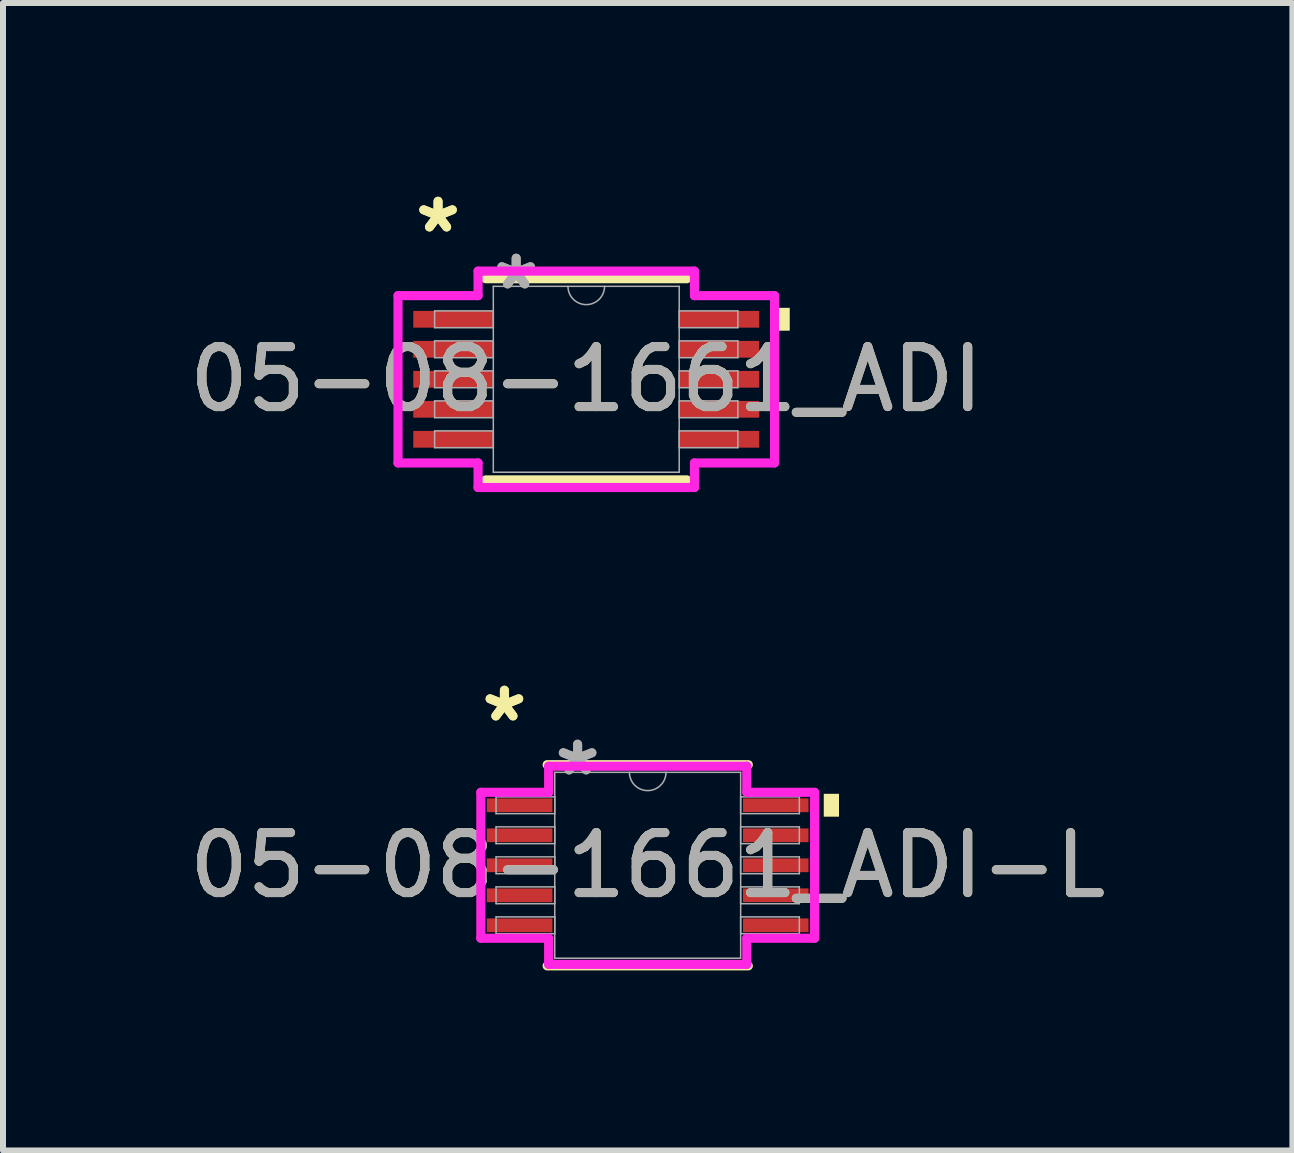
<source format=kicad_pcb>
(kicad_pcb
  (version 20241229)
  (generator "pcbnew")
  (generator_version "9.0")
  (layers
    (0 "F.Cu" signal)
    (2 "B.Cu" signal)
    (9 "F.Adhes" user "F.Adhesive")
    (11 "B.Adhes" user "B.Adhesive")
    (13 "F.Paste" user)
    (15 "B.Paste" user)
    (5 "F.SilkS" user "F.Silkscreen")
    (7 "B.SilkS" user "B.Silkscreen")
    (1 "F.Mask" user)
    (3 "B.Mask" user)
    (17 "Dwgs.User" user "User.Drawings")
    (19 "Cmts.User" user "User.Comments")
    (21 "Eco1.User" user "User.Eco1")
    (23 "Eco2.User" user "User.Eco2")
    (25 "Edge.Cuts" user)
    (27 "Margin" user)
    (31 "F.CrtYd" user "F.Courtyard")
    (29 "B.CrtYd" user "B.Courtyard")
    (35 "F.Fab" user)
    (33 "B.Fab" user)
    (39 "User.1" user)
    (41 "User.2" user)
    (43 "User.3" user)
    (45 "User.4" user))
  (footprint "05-08-1661_ADI"
    (layer "F.Cu")
    (at 6.72 3.271)
    (property "Reference" "05-08-1661_ADI" (at 0 0 0) (unlocked yes) (layer "F.SilkS") (effects (font (size 1 1) (thickness 0.15))))
    (attr smd)
    (fp_line (start -1.676 1.676) (end 1.676 1.676) (stroke (width 0.152) (type solid)) (layer "F.SilkS"))
    (fp_line (start 1.676 -1.676) (end -1.676 -1.676) (stroke (width 0.152) (type solid)) (layer "F.SilkS"))
    (fp_poly (pts (xy 3.391 -1.191) (xy 3.391 -0.81) (xy 3.137 -0.81) (xy 3.137 -1.191)) (stroke (width 0) (type solid)) (fill yes) (layer "F.SilkS"))
    (fp_line (start -3.137 -1.394) (end -1.803 -1.394) (stroke (width 0.152) (type solid)) (layer "F.CrtYd"))
    (fp_line (start -3.137 1.394) (end -3.137 -1.394) (stroke (width 0.152) (type solid)) (layer "F.CrtYd"))
    (fp_line (start -3.137 1.394) (end -1.803 1.394) (stroke (width 0.152) (type solid)) (layer "F.CrtYd"))
    (fp_line (start -1.803 -1.803) (end 1.803 -1.803) (stroke (width 0.152) (type solid)) (layer "F.CrtYd"))
    (fp_line (start -1.803 -1.394) (end -1.803 -1.803) (stroke (width 0.152) (type solid)) (layer "F.CrtYd"))
    (fp_line (start -1.803 1.803) (end -1.803 1.394) (stroke (width 0.152) (type solid)) (layer "F.CrtYd"))
    (fp_line (start 1.803 -1.803) (end 1.803 -1.394) (stroke (width 0.152) (type solid)) (layer "F.CrtYd"))
    (fp_line (start 1.803 1.394) (end 1.803 1.803) (stroke (width 0.152) (type solid)) (layer "F.CrtYd"))
    (fp_line (start 1.803 1.803) (end -1.803 1.803) (stroke (width 0.152) (type solid)) (layer "F.CrtYd"))
    (fp_line (start 3.137 -1.394) (end 1.803 -1.394) (stroke (width 0.152) (type solid)) (layer "F.CrtYd"))
    (fp_line (start 3.137 -1.394) (end 3.137 1.394) (stroke (width 0.152) (type solid)) (layer "F.CrtYd"))
    (fp_line (start 3.137 1.394) (end 1.803 1.394) (stroke (width 0.152) (type solid)) (layer "F.CrtYd"))
    (fp_line (start -2.527 -1.14) (end -2.527 -0.86) (stroke (width 0.025) (type solid)) (layer "F.Fab"))
    (fp_line (start -2.527 -0.86) (end -1.549 -0.86) (stroke (width 0.025) (type solid)) (layer "F.Fab"))
    (fp_line (start -2.527 -0.64) (end -2.527 -0.36) (stroke (width 0.025) (type solid)) (layer "F.Fab"))
    (fp_line (start -2.527 -0.36) (end -1.549 -0.36) (stroke (width 0.025) (type solid)) (layer "F.Fab"))
    (fp_line (start -2.527 -0.14) (end -2.527 0.14) (stroke (width 0.025) (type solid)) (layer "F.Fab"))
    (fp_line (start -2.527 0.14) (end -1.549 0.14) (stroke (width 0.025) (type solid)) (layer "F.Fab"))
    (fp_line (start -2.527 0.36) (end -2.527 0.64) (stroke (width 0.025) (type solid)) (layer "F.Fab"))
    (fp_line (start -2.527 0.64) (end -1.549 0.64) (stroke (width 0.025) (type solid)) (layer "F.Fab"))
    (fp_line (start -2.527 0.86) (end -2.527 1.14) (stroke (width 0.025) (type solid)) (layer "F.Fab"))
    (fp_line (start -2.527 1.14) (end -1.549 1.14) (stroke (width 0.025) (type solid)) (layer "F.Fab"))
    (fp_line (start -1.549 -1.549) (end -1.549 1.549) (stroke (width 0.025) (type solid)) (layer "F.Fab"))
    (fp_line (start -1.549 -1.14) (end -2.527 -1.14) (stroke (width 0.025) (type solid)) (layer "F.Fab"))
    (fp_line (start -1.549 -0.86) (end -1.549 -1.14) (stroke (width 0.025) (type solid)) (layer "F.Fab"))
    (fp_line (start -1.549 -0.64) (end -2.527 -0.64) (stroke (width 0.025) (type solid)) (layer "F.Fab"))
    (fp_line (start -1.549 -0.36) (end -1.549 -0.64) (stroke (width 0.025) (type solid)) (layer "F.Fab"))
    (fp_line (start -1.549 -0.14) (end -2.527 -0.14) (stroke (width 0.025) (type solid)) (layer "F.Fab"))
    (fp_line (start -1.549 0.14) (end -1.549 -0.14) (stroke (width 0.025) (type solid)) (layer "F.Fab"))
    (fp_line (start -1.549 0.36) (end -2.527 0.36) (stroke (width 0.025) (type solid)) (layer "F.Fab"))
    (fp_line (start -1.549 0.64) (end -1.549 0.36) (stroke (width 0.025) (type solid)) (layer "F.Fab"))
    (fp_line (start -1.549 0.86) (end -2.527 0.86) (stroke (width 0.025) (type solid)) (layer "F.Fab"))
    (fp_line (start -1.549 1.14) (end -1.549 0.86) (stroke (width 0.025) (type solid)) (layer "F.Fab"))
    (fp_line (start -1.549 1.549) (end 1.549 1.549) (stroke (width 0.025) (type solid)) (layer "F.Fab"))
    (fp_line (start 1.549 -1.549) (end -1.549 -1.549) (stroke (width 0.025) (type solid)) (layer "F.Fab"))
    (fp_line (start 1.549 -1.14) (end 1.549 -0.86) (stroke (width 0.025) (type solid)) (layer "F.Fab"))
    (fp_line (start 1.549 -0.86) (end 2.527 -0.86) (stroke (width 0.025) (type solid)) (layer "F.Fab"))
    (fp_line (start 1.549 -0.64) (end 1.549 -0.36) (stroke (width 0.025) (type solid)) (layer "F.Fab"))
    (fp_line (start 1.549 -0.36) (end 2.527 -0.36) (stroke (width 0.025) (type solid)) (layer "F.Fab"))
    (fp_line (start 1.549 -0.14) (end 1.549 0.14) (stroke (width 0.025) (type solid)) (layer "F.Fab"))
    (fp_line (start 1.549 0.14) (end 2.527 0.14) (stroke (width 0.025) (type solid)) (layer "F.Fab"))
    (fp_line (start 1.549 0.36) (end 1.549 0.64) (stroke (width 0.025) (type solid)) (layer "F.Fab"))
    (fp_line (start 1.549 0.64) (end 2.527 0.64) (stroke (width 0.025) (type solid)) (layer "F.Fab"))
    (fp_line (start 1.549 0.86) (end 1.549 1.14) (stroke (width 0.025) (type solid)) (layer "F.Fab"))
    (fp_line (start 1.549 1.14) (end 2.527 1.14) (stroke (width 0.025) (type solid)) (layer "F.Fab"))
    (fp_line (start 1.549 1.549) (end 1.549 -1.549) (stroke (width 0.025) (type solid)) (layer "F.Fab"))
    (fp_line (start 2.527 -1.14) (end 1.549 -1.14) (stroke (width 0.025) (type solid)) (layer "F.Fab"))
    (fp_line (start 2.527 -0.86) (end 2.527 -1.14) (stroke (width 0.025) (type solid)) (layer "F.Fab"))
    (fp_line (start 2.527 -0.64) (end 1.549 -0.64) (stroke (width 0.025) (type solid)) (layer "F.Fab"))
    (fp_line (start 2.527 -0.36) (end 2.527 -0.64) (stroke (width 0.025) (type solid)) (layer "F.Fab"))
    (fp_line (start 2.527 -0.14) (end 1.549 -0.14) (stroke (width 0.025) (type solid)) (layer "F.Fab"))
    (fp_line (start 2.527 0.14) (end 2.527 -0.14) (stroke (width 0.025) (type solid)) (layer "F.Fab"))
    (fp_line (start 2.527 0.36) (end 1.549 0.36) (stroke (width 0.025) (type solid)) (layer "F.Fab"))
    (fp_line (start 2.527 0.64) (end 2.527 0.36) (stroke (width 0.025) (type solid)) (layer "F.Fab"))
    (fp_line (start 2.527 0.86) (end 1.549 0.86) (stroke (width 0.025) (type solid)) (layer "F.Fab"))
    (fp_line (start 2.527 1.14) (end 2.527 0.86) (stroke (width 0.025) (type solid)) (layer "F.Fab"))
    (fp_arc (start 0.3048 -1.5494) (mid 0 -1.2446) (end -0.3048 -1.5494) (stroke (width 0.0254) (type solid)) (layer "F.Fab"))
    (fp_text user "*" (at -2.47 -2.422 0) (unlocked yes) (layer "F.SilkS") (effects (font (size 1 1) (thickness 0.15))))
    (fp_text user "*" (at -2.47 -2.422 0) (layer "F.SilkS") (effects (font (size 1 1) (thickness 0.15))))
    (fp_text user "*" (at -1.168 -1.473 0) (layer "F.Fab") (effects (font (size 1 1) (thickness 0.15))))
    (fp_text user "*" (at -1.168 -1.473 0) (unlocked yes) (layer "F.Fab") (effects (font (size 1 1) (thickness 0.15))))
    (fp_text user "${REFERENCE}" (at 0 0 0) (unlocked yes) (layer "F.Fab") (effects (font (size 1 1) (thickness 0.15))))
    (pad "1" smd rect (at -2.216 -1) (size 1.333 0.279) (layers "F.Cu" "F.Mask" "F.Paste"))
    (pad "2" smd rect (at -2.216 -0.5) (size 1.333 0.279) (layers "F.Cu" "F.Mask" "F.Paste"))
    (pad "3" smd rect (at -2.216 0) (size 1.333 0.279) (layers "F.Cu" "F.Mask" "F.Paste"))
    (pad "4" smd rect (at -2.216 0.5) (size 1.333 0.279) (layers "F.Cu" "F.Mask" "F.Paste"))
    (pad "5" smd rect (at -2.216 1) (size 1.333 0.279) (layers "F.Cu" "F.Mask" "F.Paste"))
    (pad "6" smd rect (at 2.216 1) (size 1.333 0.279) (layers "F.Cu" "F.Mask" "F.Paste"))
    (pad "7" smd rect (at 2.216 0.5) (size 1.333 0.279) (layers "F.Cu" "F.Mask" "F.Paste"))
    (pad "8" smd rect (at 2.216 0) (size 1.333 0.279) (layers "F.Cu" "F.Mask" "F.Paste"))
    (pad "9" smd rect (at 2.216 -0.5) (size 1.333 0.279) (layers "F.Cu" "F.Mask" "F.Paste"))
    (pad "10" smd rect (at 2.216 -1) (size 1.333 0.279) (layers "F.Cu" "F.Mask" "F.Paste")))
  (footprint "05-08-1661_ADI-L"
    (layer "F.Cu")
    (at 7.744 11.37)
    (property "Reference" "05-08-1661_ADI-L" (at 0 0 0) (unlocked yes) (layer "F.SilkS") (effects (font (size 1 1) (thickness 0.15))))
    (attr smd)
    (fp_line (start -1.676 1.676) (end 1.676 1.676) (stroke (width 0.152) (type solid)) (layer "F.SilkS"))
    (fp_line (start 1.676 -1.676) (end -1.676 -1.676) (stroke (width 0.152) (type solid)) (layer "F.SilkS"))
    (fp_poly (pts (xy 3.188 -1.191) (xy 3.188 -0.81) (xy 2.934 -0.81) (xy 2.934 -1.191)) (stroke (width 0) (type solid)) (fill yes) (layer "F.SilkS"))
    (fp_line (start -2.781 -1.216) (end -1.651 -1.216) (stroke (width 0.152) (type solid)) (layer "F.CrtYd"))
    (fp_line (start -2.781 1.216) (end -2.781 -1.216) (stroke (width 0.152) (type solid)) (layer "F.CrtYd"))
    (fp_line (start -2.781 1.216) (end -1.651 1.216) (stroke (width 0.152) (type solid)) (layer "F.CrtYd"))
    (fp_line (start -1.651 -1.651) (end 1.651 -1.651) (stroke (width 0.152) (type solid)) (layer "F.CrtYd"))
    (fp_line (start -1.651 -1.216) (end -1.651 -1.651) (stroke (width 0.152) (type solid)) (layer "F.CrtYd"))
    (fp_line (start -1.651 1.651) (end -1.651 1.216) (stroke (width 0.152) (type solid)) (layer "F.CrtYd"))
    (fp_line (start 1.651 -1.651) (end 1.651 -1.216) (stroke (width 0.152) (type solid)) (layer "F.CrtYd"))
    (fp_line (start 1.651 1.216) (end 1.651 1.651) (stroke (width 0.152) (type solid)) (layer "F.CrtYd"))
    (fp_line (start 1.651 1.651) (end -1.651 1.651) (stroke (width 0.152) (type solid)) (layer "F.CrtYd"))
    (fp_line (start 2.781 -1.216) (end 1.651 -1.216) (stroke (width 0.152) (type solid)) (layer "F.CrtYd"))
    (fp_line (start 2.781 -1.216) (end 2.781 1.216) (stroke (width 0.152) (type solid)) (layer "F.CrtYd"))
    (fp_line (start 2.781 1.216) (end 1.651 1.216) (stroke (width 0.152) (type solid)) (layer "F.CrtYd"))
    (fp_line (start -2.527 -1.14) (end -2.527 -0.86) (stroke (width 0.025) (type solid)) (layer "F.Fab"))
    (fp_line (start -2.527 -0.86) (end -1.549 -0.86) (stroke (width 0.025) (type solid)) (layer "F.Fab"))
    (fp_line (start -2.527 -0.64) (end -2.527 -0.36) (stroke (width 0.025) (type solid)) (layer "F.Fab"))
    (fp_line (start -2.527 -0.36) (end -1.549 -0.36) (stroke (width 0.025) (type solid)) (layer "F.Fab"))
    (fp_line (start -2.527 -0.14) (end -2.527 0.14) (stroke (width 0.025) (type solid)) (layer "F.Fab"))
    (fp_line (start -2.527 0.14) (end -1.549 0.14) (stroke (width 0.025) (type solid)) (layer "F.Fab"))
    (fp_line (start -2.527 0.36) (end -2.527 0.64) (stroke (width 0.025) (type solid)) (layer "F.Fab"))
    (fp_line (start -2.527 0.64) (end -1.549 0.64) (stroke (width 0.025) (type solid)) (layer "F.Fab"))
    (fp_line (start -2.527 0.86) (end -2.527 1.14) (stroke (width 0.025) (type solid)) (layer "F.Fab"))
    (fp_line (start -2.527 1.14) (end -1.549 1.14) (stroke (width 0.025) (type solid)) (layer "F.Fab"))
    (fp_line (start -1.549 -1.549) (end -1.549 1.549) (stroke (width 0.025) (type solid)) (layer "F.Fab"))
    (fp_line (start -1.549 -1.14) (end -2.527 -1.14) (stroke (width 0.025) (type solid)) (layer "F.Fab"))
    (fp_line (start -1.549 -0.86) (end -1.549 -1.14) (stroke (width 0.025) (type solid)) (layer "F.Fab"))
    (fp_line (start -1.549 -0.64) (end -2.527 -0.64) (stroke (width 0.025) (type solid)) (layer "F.Fab"))
    (fp_line (start -1.549 -0.36) (end -1.549 -0.64) (stroke (width 0.025) (type solid)) (layer "F.Fab"))
    (fp_line (start -1.549 -0.14) (end -2.527 -0.14) (stroke (width 0.025) (type solid)) (layer "F.Fab"))
    (fp_line (start -1.549 0.14) (end -1.549 -0.14) (stroke (width 0.025) (type solid)) (layer "F.Fab"))
    (fp_line (start -1.549 0.36) (end -2.527 0.36) (stroke (width 0.025) (type solid)) (layer "F.Fab"))
    (fp_line (start -1.549 0.64) (end -1.549 0.36) (stroke (width 0.025) (type solid)) (layer "F.Fab"))
    (fp_line (start -1.549 0.86) (end -2.527 0.86) (stroke (width 0.025) (type solid)) (layer "F.Fab"))
    (fp_line (start -1.549 1.14) (end -1.549 0.86) (stroke (width 0.025) (type solid)) (layer "F.Fab"))
    (fp_line (start -1.549 1.549) (end 1.549 1.549) (stroke (width 0.025) (type solid)) (layer "F.Fab"))
    (fp_line (start 1.549 -1.549) (end -1.549 -1.549) (stroke (width 0.025) (type solid)) (layer "F.Fab"))
    (fp_line (start 1.549 -1.14) (end 1.549 -0.86) (stroke (width 0.025) (type solid)) (layer "F.Fab"))
    (fp_line (start 1.549 -0.86) (end 2.527 -0.86) (stroke (width 0.025) (type solid)) (layer "F.Fab"))
    (fp_line (start 1.549 -0.64) (end 1.549 -0.36) (stroke (width 0.025) (type solid)) (layer "F.Fab"))
    (fp_line (start 1.549 -0.36) (end 2.527 -0.36) (stroke (width 0.025) (type solid)) (layer "F.Fab"))
    (fp_line (start 1.549 -0.14) (end 1.549 0.14) (stroke (width 0.025) (type solid)) (layer "F.Fab"))
    (fp_line (start 1.549 0.14) (end 2.527 0.14) (stroke (width 0.025) (type solid)) (layer "F.Fab"))
    (fp_line (start 1.549 0.36) (end 1.549 0.64) (stroke (width 0.025) (type solid)) (layer "F.Fab"))
    (fp_line (start 1.549 0.64) (end 2.527 0.64) (stroke (width 0.025) (type solid)) (layer "F.Fab"))
    (fp_line (start 1.549 0.86) (end 1.549 1.14) (stroke (width 0.025) (type solid)) (layer "F.Fab"))
    (fp_line (start 1.549 1.14) (end 2.527 1.14) (stroke (width 0.025) (type solid)) (layer "F.Fab"))
    (fp_line (start 1.549 1.549) (end 1.549 -1.549) (stroke (width 0.025) (type solid)) (layer "F.Fab"))
    (fp_line (start 2.527 -1.14) (end 1.549 -1.14) (stroke (width 0.025) (type solid)) (layer "F.Fab"))
    (fp_line (start 2.527 -0.86) (end 2.527 -1.14) (stroke (width 0.025) (type solid)) (layer "F.Fab"))
    (fp_line (start 2.527 -0.64) (end 1.549 -0.64) (stroke (width 0.025) (type solid)) (layer "F.Fab"))
    (fp_line (start 2.527 -0.36) (end 2.527 -0.64) (stroke (width 0.025) (type solid)) (layer "F.Fab"))
    (fp_line (start 2.527 -0.14) (end 1.549 -0.14) (stroke (width 0.025) (type solid)) (layer "F.Fab"))
    (fp_line (start 2.527 0.14) (end 2.527 -0.14) (stroke (width 0.025) (type solid)) (layer "F.Fab"))
    (fp_line (start 2.527 0.36) (end 1.549 0.36) (stroke (width 0.025) (type solid)) (layer "F.Fab"))
    (fp_line (start 2.527 0.64) (end 2.527 0.36) (stroke (width 0.025) (type solid)) (layer "F.Fab"))
    (fp_line (start 2.527 0.86) (end 1.549 0.86) (stroke (width 0.025) (type solid)) (layer "F.Fab"))
    (fp_line (start 2.527 1.14) (end 2.527 0.86) (stroke (width 0.025) (type solid)) (layer "F.Fab"))
    (fp_arc (start 0.3048 -1.5494) (mid 0 -1.2446) (end -0.3048 -1.5494) (stroke (width 0.0254) (type solid)) (layer "F.Fab"))
    (fp_text user "*" (at -2.388 -2.372 0) (unlocked yes) (layer "F.SilkS") (effects (font (size 1 1) (thickness 0.15))))
    (fp_text user "*" (at -2.388 -2.372 0) (layer "F.SilkS") (effects (font (size 1 1) (thickness 0.15))))
    (fp_text user "${REFERENCE}" (at 0 0 0) (unlocked yes) (layer "F.Fab") (effects (font (size 1 1) (thickness 0.15))))
    (fp_text user "*" (at -1.168 -1.473 0) (layer "F.Fab") (effects (font (size 1 1) (thickness 0.15))))
    (fp_text user "*" (at -1.168 -1.473 0) (unlocked yes) (layer "F.Fab") (effects (font (size 1 1) (thickness 0.15))))
    (pad "1" smd rect (at -2.134 -1) (size 1.092 0.229) (layers "F.Cu" "F.Mask" "F.Paste"))
    (pad "2" smd rect (at -2.134 -0.5) (size 1.092 0.229) (layers "F.Cu" "F.Mask" "F.Paste"))
    (pad "3" smd rect (at -2.134 0) (size 1.092 0.229) (layers "F.Cu" "F.Mask" "F.Paste"))
    (pad "4" smd rect (at -2.134 0.5) (size 1.092 0.229) (layers "F.Cu" "F.Mask" "F.Paste"))
    (pad "5" smd rect (at -2.134 1) (size 1.092 0.229) (layers "F.Cu" "F.Mask" "F.Paste"))
    (pad "6" smd rect (at 2.134 1) (size 1.092 0.229) (layers "F.Cu" "F.Mask" "F.Paste"))
    (pad "7" smd rect (at 2.134 0.5) (size 1.092 0.229) (layers "F.Cu" "F.Mask" "F.Paste"))
    (pad "8" smd rect (at 2.134 0) (size 1.092 0.229) (layers "F.Cu" "F.Mask" "F.Paste"))
    (pad "9" smd rect (at 2.134 -0.5) (size 1.092 0.229) (layers "F.Cu" "F.Mask" "F.Paste"))
    (pad "10" smd rect (at 2.134 -1) (size 1.092 0.229) (layers "F.Cu" "F.Mask" "F.Paste")))
  (gr_rect
    (start -3 -3)
    (end 18.488 16.123)
    (stroke (width 0.1) (type default))
    (fill no)
    (layer "Edge.Cuts")))
</source>
